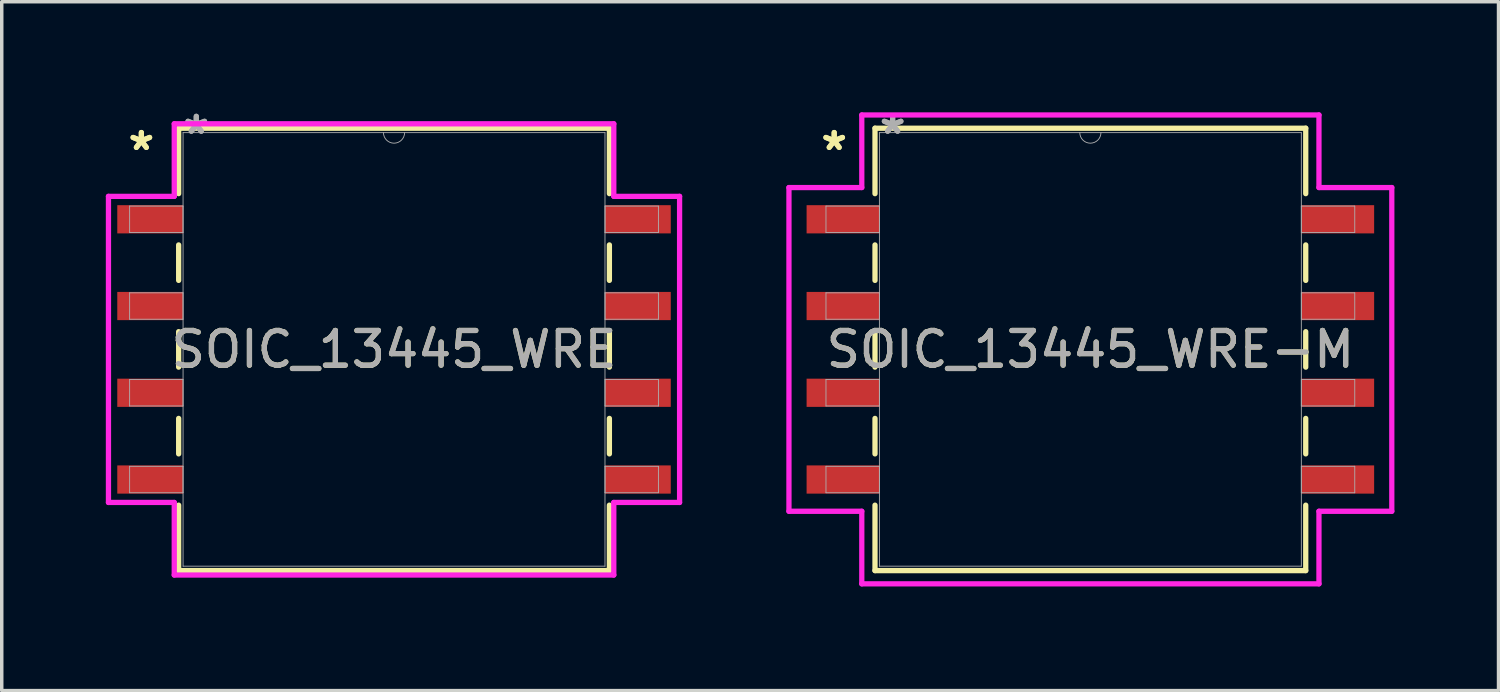
<source format=kicad_pcb>
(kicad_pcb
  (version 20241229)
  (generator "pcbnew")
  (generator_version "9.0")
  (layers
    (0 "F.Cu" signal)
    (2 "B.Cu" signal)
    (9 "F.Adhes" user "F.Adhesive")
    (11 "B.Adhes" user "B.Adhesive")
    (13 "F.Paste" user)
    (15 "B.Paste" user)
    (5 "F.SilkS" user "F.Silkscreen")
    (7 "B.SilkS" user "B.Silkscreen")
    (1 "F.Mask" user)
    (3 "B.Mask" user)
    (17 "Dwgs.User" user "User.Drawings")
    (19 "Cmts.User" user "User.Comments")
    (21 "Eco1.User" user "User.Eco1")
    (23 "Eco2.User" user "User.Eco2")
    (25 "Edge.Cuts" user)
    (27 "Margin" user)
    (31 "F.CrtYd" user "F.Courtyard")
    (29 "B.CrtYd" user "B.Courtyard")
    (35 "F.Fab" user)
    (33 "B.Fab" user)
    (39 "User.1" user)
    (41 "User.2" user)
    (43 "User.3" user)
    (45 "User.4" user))
  (footprint "SOIC_13445_WRE"
    (layer "F.Cu")
    (at 8.306 7.02)
    (property "Reference" "SOIC_13445_WRE" (at 0 0 0) (unlocked yes) (layer "F.SilkS") (effects (font (size 1 1) (thickness 0.15))))
    (attr smd)
    (fp_line (start -6.207 -6.375) (end -6.207 -4.489) (stroke (width 0.152) (type solid)) (layer "F.SilkS"))
    (fp_line (start -6.207 -3.011) (end -6.207 -1.989) (stroke (width 0.152) (type solid)) (layer "F.SilkS"))
    (fp_line (start -6.207 -0.511) (end -6.207 0.511) (stroke (width 0.152) (type solid)) (layer "F.SilkS"))
    (fp_line (start -6.207 1.989) (end -6.207 3.011) (stroke (width 0.152) (type solid)) (layer "F.SilkS"))
    (fp_line (start -6.207 4.489) (end -6.207 6.375) (stroke (width 0.152) (type solid)) (layer "F.SilkS"))
    (fp_line (start -6.207 6.375) (end 6.207 6.375) (stroke (width 0.152) (type solid)) (layer "F.SilkS"))
    (fp_line (start 6.207 -6.375) (end -6.207 -6.375) (stroke (width 0.152) (type solid)) (layer "F.SilkS"))
    (fp_line (start 6.207 -4.489) (end 6.207 -6.375) (stroke (width 0.152) (type solid)) (layer "F.SilkS"))
    (fp_line (start 6.207 -1.989) (end 6.207 -3.011) (stroke (width 0.152) (type solid)) (layer "F.SilkS"))
    (fp_line (start 6.207 0.511) (end 6.207 -0.511) (stroke (width 0.152) (type solid)) (layer "F.SilkS"))
    (fp_line (start 6.207 3.011) (end 6.207 1.989) (stroke (width 0.152) (type solid)) (layer "F.SilkS"))
    (fp_line (start 6.207 6.375) (end 6.207 4.489) (stroke (width 0.152) (type solid)) (layer "F.SilkS"))
    (fp_line (start -8.23 -4.411) (end -6.334 -4.411) (stroke (width 0.152) (type solid)) (layer "F.CrtYd"))
    (fp_line (start -8.23 4.411) (end -8.23 -4.411) (stroke (width 0.152) (type solid)) (layer "F.CrtYd"))
    (fp_line (start -8.23 4.411) (end -6.334 4.411) (stroke (width 0.152) (type solid)) (layer "F.CrtYd"))
    (fp_line (start -6.334 -6.502) (end 6.334 -6.502) (stroke (width 0.152) (type solid)) (layer "F.CrtYd"))
    (fp_line (start -6.334 -4.411) (end -6.334 -6.502) (stroke (width 0.152) (type solid)) (layer "F.CrtYd"))
    (fp_line (start -6.334 6.502) (end -6.334 4.411) (stroke (width 0.152) (type solid)) (layer "F.CrtYd"))
    (fp_line (start 6.334 -6.502) (end 6.334 -4.411) (stroke (width 0.152) (type solid)) (layer "F.CrtYd"))
    (fp_line (start 6.334 4.411) (end 6.334 6.502) (stroke (width 0.152) (type solid)) (layer "F.CrtYd"))
    (fp_line (start 6.334 6.502) (end -6.334 6.502) (stroke (width 0.152) (type solid)) (layer "F.CrtYd"))
    (fp_line (start 8.23 -4.411) (end 6.334 -4.411) (stroke (width 0.152) (type solid)) (layer "F.CrtYd"))
    (fp_line (start 8.23 -4.411) (end 8.23 4.411) (stroke (width 0.152) (type solid)) (layer "F.CrtYd"))
    (fp_line (start 8.23 4.411) (end 6.334 4.411) (stroke (width 0.152) (type solid)) (layer "F.CrtYd"))
    (fp_line (start -7.62 -4.131) (end -7.62 -3.369) (stroke (width 0.025) (type solid)) (layer "F.Fab"))
    (fp_line (start -7.62 -3.369) (end -6.08 -3.369) (stroke (width 0.025) (type solid)) (layer "F.Fab"))
    (fp_line (start -7.62 -1.631) (end -7.62 -0.869) (stroke (width 0.025) (type solid)) (layer "F.Fab"))
    (fp_line (start -7.62 -0.869) (end -6.08 -0.869) (stroke (width 0.025) (type solid)) (layer "F.Fab"))
    (fp_line (start -7.62 0.869) (end -7.62 1.631) (stroke (width 0.025) (type solid)) (layer "F.Fab"))
    (fp_line (start -7.62 1.631) (end -6.08 1.631) (stroke (width 0.025) (type solid)) (layer "F.Fab"))
    (fp_line (start -7.62 3.369) (end -7.62 4.131) (stroke (width 0.025) (type solid)) (layer "F.Fab"))
    (fp_line (start -7.62 4.131) (end -6.08 4.131) (stroke (width 0.025) (type solid)) (layer "F.Fab"))
    (fp_line (start -6.08 -6.248) (end -6.08 6.248) (stroke (width 0.025) (type solid)) (layer "F.Fab"))
    (fp_line (start -6.08 -4.131) (end -7.62 -4.131) (stroke (width 0.025) (type solid)) (layer "F.Fab"))
    (fp_line (start -6.08 -3.369) (end -6.08 -4.131) (stroke (width 0.025) (type solid)) (layer "F.Fab"))
    (fp_line (start -6.08 -1.631) (end -7.62 -1.631) (stroke (width 0.025) (type solid)) (layer "F.Fab"))
    (fp_line (start -6.08 -0.869) (end -6.08 -1.631) (stroke (width 0.025) (type solid)) (layer "F.Fab"))
    (fp_line (start -6.08 0.869) (end -7.62 0.869) (stroke (width 0.025) (type solid)) (layer "F.Fab"))
    (fp_line (start -6.08 1.631) (end -6.08 0.869) (stroke (width 0.025) (type solid)) (layer "F.Fab"))
    (fp_line (start -6.08 3.369) (end -7.62 3.369) (stroke (width 0.025) (type solid)) (layer "F.Fab"))
    (fp_line (start -6.08 4.131) (end -6.08 3.369) (stroke (width 0.025) (type solid)) (layer "F.Fab"))
    (fp_line (start -6.08 6.248) (end 6.08 6.248) (stroke (width 0.025) (type solid)) (layer "F.Fab"))
    (fp_line (start 6.08 -6.248) (end -6.08 -6.248) (stroke (width 0.025) (type solid)) (layer "F.Fab"))
    (fp_line (start 6.08 -4.131) (end 6.08 -3.369) (stroke (width 0.025) (type solid)) (layer "F.Fab"))
    (fp_line (start 6.08 -3.369) (end 7.62 -3.369) (stroke (width 0.025) (type solid)) (layer "F.Fab"))
    (fp_line (start 6.08 -1.631) (end 6.08 -0.869) (stroke (width 0.025) (type solid)) (layer "F.Fab"))
    (fp_line (start 6.08 -0.869) (end 7.62 -0.869) (stroke (width 0.025) (type solid)) (layer "F.Fab"))
    (fp_line (start 6.08 0.869) (end 6.08 1.631) (stroke (width 0.025) (type solid)) (layer "F.Fab"))
    (fp_line (start 6.08 1.631) (end 7.62 1.631) (stroke (width 0.025) (type solid)) (layer "F.Fab"))
    (fp_line (start 6.08 3.369) (end 6.08 4.131) (stroke (width 0.025) (type solid)) (layer "F.Fab"))
    (fp_line (start 6.08 4.131) (end 7.62 4.131) (stroke (width 0.025) (type solid)) (layer "F.Fab"))
    (fp_line (start 6.08 6.248) (end 6.08 -6.248) (stroke (width 0.025) (type solid)) (layer "F.Fab"))
    (fp_line (start 7.62 -4.131) (end 6.08 -4.131) (stroke (width 0.025) (type solid)) (layer "F.Fab"))
    (fp_line (start 7.62 -3.369) (end 7.62 -4.131) (stroke (width 0.025) (type solid)) (layer "F.Fab"))
    (fp_line (start 7.62 -1.631) (end 6.08 -1.631) (stroke (width 0.025) (type solid)) (layer "F.Fab"))
    (fp_line (start 7.62 -0.869) (end 7.62 -1.631) (stroke (width 0.025) (type solid)) (layer "F.Fab"))
    (fp_line (start 7.62 0.869) (end 6.08 0.869) (stroke (width 0.025) (type solid)) (layer "F.Fab"))
    (fp_line (start 7.62 1.631) (end 7.62 0.869) (stroke (width 0.025) (type solid)) (layer "F.Fab"))
    (fp_line (start 7.62 3.369) (end 6.08 3.369) (stroke (width 0.025) (type solid)) (layer "F.Fab"))
    (fp_line (start 7.62 4.131) (end 7.62 3.369) (stroke (width 0.025) (type solid)) (layer "F.Fab"))
    (fp_arc (start 0.3048 -6.2484) (mid 0 -5.9436) (end -0.3048 -6.2484) (stroke (width 0.0254) (type solid)) (layer "F.Fab"))
    (fp_text user "*" (at -7.282 -5.706 0) (unlocked yes) (layer "F.SilkS") (effects (font (size 1 1) (thickness 0.15))))
    (fp_text user "*" (at -7.282 -5.706 0) (layer "F.SilkS") (effects (font (size 1 1) (thickness 0.15))))
    (fp_text user "*" (at -5.699 -6.172 0) (layer "F.Fab") (effects (font (size 1 1) (thickness 0.15))))
    (fp_text user "*" (at -5.699 -6.172 0) (unlocked yes) (layer "F.Fab") (effects (font (size 1 1) (thickness 0.15))))
    (fp_text user "${REFERENCE}" (at 0 0 0) (unlocked yes) (layer "F.Fab") (effects (font (size 1 1) (thickness 0.15))))
    (pad "1" smd rect (at -7.028 -3.75) (size 1.896 0.813) (layers "F.Cu" "F.Mask" "F.Paste"))
    (pad "2" smd rect (at -7.028 -1.25) (size 1.896 0.813) (layers "F.Cu" "F.Mask" "F.Paste"))
    (pad "3" smd rect (at -7.028 1.25) (size 1.896 0.813) (layers "F.Cu" "F.Mask" "F.Paste"))
    (pad "4" smd rect (at -7.028 3.75) (size 1.896 0.813) (layers "F.Cu" "F.Mask" "F.Paste"))
    (pad "5" smd rect (at 7.028 3.75) (size 1.896 0.813) (layers "F.Cu" "F.Mask" "F.Paste"))
    (pad "6" smd rect (at 7.028 1.25) (size 1.896 0.813) (layers "F.Cu" "F.Mask" "F.Paste"))
    (pad "7" smd rect (at 7.028 -1.25) (size 1.896 0.813) (layers "F.Cu" "F.Mask" "F.Paste"))
    (pad "8" smd rect (at 7.028 -3.75) (size 1.896 0.813) (layers "F.Cu" "F.Mask" "F.Paste")))
  (footprint "SOIC_13445_WRE-M"
    (layer "F.Cu")
    (at 28.375 7.02)
    (property "Reference" "SOIC_13445_WRE-M" (at 0 0 0) (unlocked yes) (layer "F.SilkS") (effects (font (size 1 1) (thickness 0.15))))
    (attr smd)
    (fp_line (start -6.207 -6.375) (end -6.207 -4.489) (stroke (width 0.152) (type solid)) (layer "F.SilkS"))
    (fp_line (start -6.207 -3.011) (end -6.207 -1.989) (stroke (width 0.152) (type solid)) (layer "F.SilkS"))
    (fp_line (start -6.207 -0.511) (end -6.207 0.511) (stroke (width 0.152) (type solid)) (layer "F.SilkS"))
    (fp_line (start -6.207 1.989) (end -6.207 3.011) (stroke (width 0.152) (type solid)) (layer "F.SilkS"))
    (fp_line (start -6.207 4.489) (end -6.207 6.375) (stroke (width 0.152) (type solid)) (layer "F.SilkS"))
    (fp_line (start -6.207 6.375) (end 6.207 6.375) (stroke (width 0.152) (type solid)) (layer "F.SilkS"))
    (fp_line (start 6.207 -6.375) (end -6.207 -6.375) (stroke (width 0.152) (type solid)) (layer "F.SilkS"))
    (fp_line (start 6.207 -4.489) (end 6.207 -6.375) (stroke (width 0.152) (type solid)) (layer "F.SilkS"))
    (fp_line (start 6.207 -1.989) (end 6.207 -3.011) (stroke (width 0.152) (type solid)) (layer "F.SilkS"))
    (fp_line (start 6.207 0.511) (end 6.207 -0.511) (stroke (width 0.152) (type solid)) (layer "F.SilkS"))
    (fp_line (start 6.207 3.011) (end 6.207 1.989) (stroke (width 0.152) (type solid)) (layer "F.SilkS"))
    (fp_line (start 6.207 6.375) (end 6.207 4.489) (stroke (width 0.152) (type solid)) (layer "F.SilkS"))
    (fp_line (start -8.687 -4.665) (end -6.588 -4.665) (stroke (width 0.152) (type solid)) (layer "F.CrtYd"))
    (fp_line (start -8.687 4.665) (end -8.687 -4.665) (stroke (width 0.152) (type solid)) (layer "F.CrtYd"))
    (fp_line (start -8.687 4.665) (end -6.588 4.665) (stroke (width 0.152) (type solid)) (layer "F.CrtYd"))
    (fp_line (start -6.588 -6.756) (end 6.588 -6.756) (stroke (width 0.152) (type solid)) (layer "F.CrtYd"))
    (fp_line (start -6.588 -4.665) (end -6.588 -6.756) (stroke (width 0.152) (type solid)) (layer "F.CrtYd"))
    (fp_line (start -6.588 6.756) (end -6.588 4.665) (stroke (width 0.152) (type solid)) (layer "F.CrtYd"))
    (fp_line (start 6.588 -6.756) (end 6.588 -4.665) (stroke (width 0.152) (type solid)) (layer "F.CrtYd"))
    (fp_line (start 6.588 4.665) (end 6.588 6.756) (stroke (width 0.152) (type solid)) (layer "F.CrtYd"))
    (fp_line (start 6.588 6.756) (end -6.588 6.756) (stroke (width 0.152) (type solid)) (layer "F.CrtYd"))
    (fp_line (start 8.687 -4.665) (end 6.588 -4.665) (stroke (width 0.152) (type solid)) (layer "F.CrtYd"))
    (fp_line (start 8.687 -4.665) (end 8.687 4.665) (stroke (width 0.152) (type solid)) (layer "F.CrtYd"))
    (fp_line (start 8.687 4.665) (end 6.588 4.665) (stroke (width 0.152) (type solid)) (layer "F.CrtYd"))
    (fp_line (start -7.62 -4.131) (end -7.62 -3.369) (stroke (width 0.025) (type solid)) (layer "F.Fab"))
    (fp_line (start -7.62 -3.369) (end -6.08 -3.369) (stroke (width 0.025) (type solid)) (layer "F.Fab"))
    (fp_line (start -7.62 -1.631) (end -7.62 -0.869) (stroke (width 0.025) (type solid)) (layer "F.Fab"))
    (fp_line (start -7.62 -0.869) (end -6.08 -0.869) (stroke (width 0.025) (type solid)) (layer "F.Fab"))
    (fp_line (start -7.62 0.869) (end -7.62 1.631) (stroke (width 0.025) (type solid)) (layer "F.Fab"))
    (fp_line (start -7.62 1.631) (end -6.08 1.631) (stroke (width 0.025) (type solid)) (layer "F.Fab"))
    (fp_line (start -7.62 3.369) (end -7.62 4.131) (stroke (width 0.025) (type solid)) (layer "F.Fab"))
    (fp_line (start -7.62 4.131) (end -6.08 4.131) (stroke (width 0.025) (type solid)) (layer "F.Fab"))
    (fp_line (start -6.08 -6.248) (end -6.08 6.248) (stroke (width 0.025) (type solid)) (layer "F.Fab"))
    (fp_line (start -6.08 -4.131) (end -7.62 -4.131) (stroke (width 0.025) (type solid)) (layer "F.Fab"))
    (fp_line (start -6.08 -3.369) (end -6.08 -4.131) (stroke (width 0.025) (type solid)) (layer "F.Fab"))
    (fp_line (start -6.08 -1.631) (end -7.62 -1.631) (stroke (width 0.025) (type solid)) (layer "F.Fab"))
    (fp_line (start -6.08 -0.869) (end -6.08 -1.631) (stroke (width 0.025) (type solid)) (layer "F.Fab"))
    (fp_line (start -6.08 0.869) (end -7.62 0.869) (stroke (width 0.025) (type solid)) (layer "F.Fab"))
    (fp_line (start -6.08 1.631) (end -6.08 0.869) (stroke (width 0.025) (type solid)) (layer "F.Fab"))
    (fp_line (start -6.08 3.369) (end -7.62 3.369) (stroke (width 0.025) (type solid)) (layer "F.Fab"))
    (fp_line (start -6.08 4.131) (end -6.08 3.369) (stroke (width 0.025) (type solid)) (layer "F.Fab"))
    (fp_line (start -6.08 6.248) (end 6.08 6.248) (stroke (width 0.025) (type solid)) (layer "F.Fab"))
    (fp_line (start 6.08 -6.248) (end -6.08 -6.248) (stroke (width 0.025) (type solid)) (layer "F.Fab"))
    (fp_line (start 6.08 -4.131) (end 6.08 -3.369) (stroke (width 0.025) (type solid)) (layer "F.Fab"))
    (fp_line (start 6.08 -3.369) (end 7.62 -3.369) (stroke (width 0.025) (type solid)) (layer "F.Fab"))
    (fp_line (start 6.08 -1.631) (end 6.08 -0.869) (stroke (width 0.025) (type solid)) (layer "F.Fab"))
    (fp_line (start 6.08 -0.869) (end 7.62 -0.869) (stroke (width 0.025) (type solid)) (layer "F.Fab"))
    (fp_line (start 6.08 0.869) (end 6.08 1.631) (stroke (width 0.025) (type solid)) (layer "F.Fab"))
    (fp_line (start 6.08 1.631) (end 7.62 1.631) (stroke (width 0.025) (type solid)) (layer "F.Fab"))
    (fp_line (start 6.08 3.369) (end 6.08 4.131) (stroke (width 0.025) (type solid)) (layer "F.Fab"))
    (fp_line (start 6.08 4.131) (end 7.62 4.131) (stroke (width 0.025) (type solid)) (layer "F.Fab"))
    (fp_line (start 6.08 6.248) (end 6.08 -6.248) (stroke (width 0.025) (type solid)) (layer "F.Fab"))
    (fp_line (start 7.62 -4.131) (end 6.08 -4.131) (stroke (width 0.025) (type solid)) (layer "F.Fab"))
    (fp_line (start 7.62 -3.369) (end 7.62 -4.131) (stroke (width 0.025) (type solid)) (layer "F.Fab"))
    (fp_line (start 7.62 -1.631) (end 6.08 -1.631) (stroke (width 0.025) (type solid)) (layer "F.Fab"))
    (fp_line (start 7.62 -0.869) (end 7.62 -1.631) (stroke (width 0.025) (type solid)) (layer "F.Fab"))
    (fp_line (start 7.62 0.869) (end 6.08 0.869) (stroke (width 0.025) (type solid)) (layer "F.Fab"))
    (fp_line (start 7.62 1.631) (end 7.62 0.869) (stroke (width 0.025) (type solid)) (layer "F.Fab"))
    (fp_line (start 7.62 3.369) (end 6.08 3.369) (stroke (width 0.025) (type solid)) (layer "F.Fab"))
    (fp_line (start 7.62 4.131) (end 7.62 3.369) (stroke (width 0.025) (type solid)) (layer "F.Fab"))
    (fp_arc (start 0.3048 -6.2484) (mid 0 -5.9436) (end -0.3048 -6.2484) (stroke (width 0.0254) (type solid)) (layer "F.Fab"))
    (fp_text user "*" (at -7.383 -5.706 0) (layer "F.SilkS") (effects (font (size 1 1) (thickness 0.15))))
    (fp_text user "*" (at -7.383 -5.706 0) (unlocked yes) (layer "F.SilkS") (effects (font (size 1 1) (thickness 0.15))))
    (fp_text user "*" (at -5.699 -6.172 0) (layer "F.Fab") (effects (font (size 1 1) (thickness 0.15))))
    (fp_text user "*" (at -5.699 -6.172 0) (unlocked yes) (layer "F.Fab") (effects (font (size 1 1) (thickness 0.15))))
    (fp_text user "${REFERENCE}" (at 0 0 0) (unlocked yes) (layer "F.Fab") (effects (font (size 1 1) (thickness 0.15))))
    (pad "1" smd rect (at -7.129 -3.75) (size 2.099 0.813) (layers "F.Cu" "F.Mask" "F.Paste"))
    (pad "2" smd rect (at -7.129 -1.25) (size 2.099 0.813) (layers "F.Cu" "F.Mask" "F.Paste"))
    (pad "3" smd rect (at -7.129 1.25) (size 2.099 0.813) (layers "F.Cu" "F.Mask" "F.Paste"))
    (pad "4" smd rect (at -7.129 3.75) (size 2.099 0.813) (layers "F.Cu" "F.Mask" "F.Paste"))
    (pad "5" smd rect (at 7.129 3.75) (size 2.099 0.813) (layers "F.Cu" "F.Mask" "F.Paste"))
    (pad "6" smd rect (at 7.129 1.25) (size 2.099 0.813) (layers "F.Cu" "F.Mask" "F.Paste"))
    (pad "7" smd rect (at 7.129 -1.25) (size 2.099 0.813) (layers "F.Cu" "F.Mask" "F.Paste"))
    (pad "8" smd rect (at 7.129 -3.75) (size 2.099 0.813) (layers "F.Cu" "F.Mask" "F.Paste")))
  (gr_rect
    (start -3 -3)
    (end 40.138 16.853)
    (stroke (width 0.1) (type default))
    (fill no)
    (layer "Edge.Cuts")))
</source>
